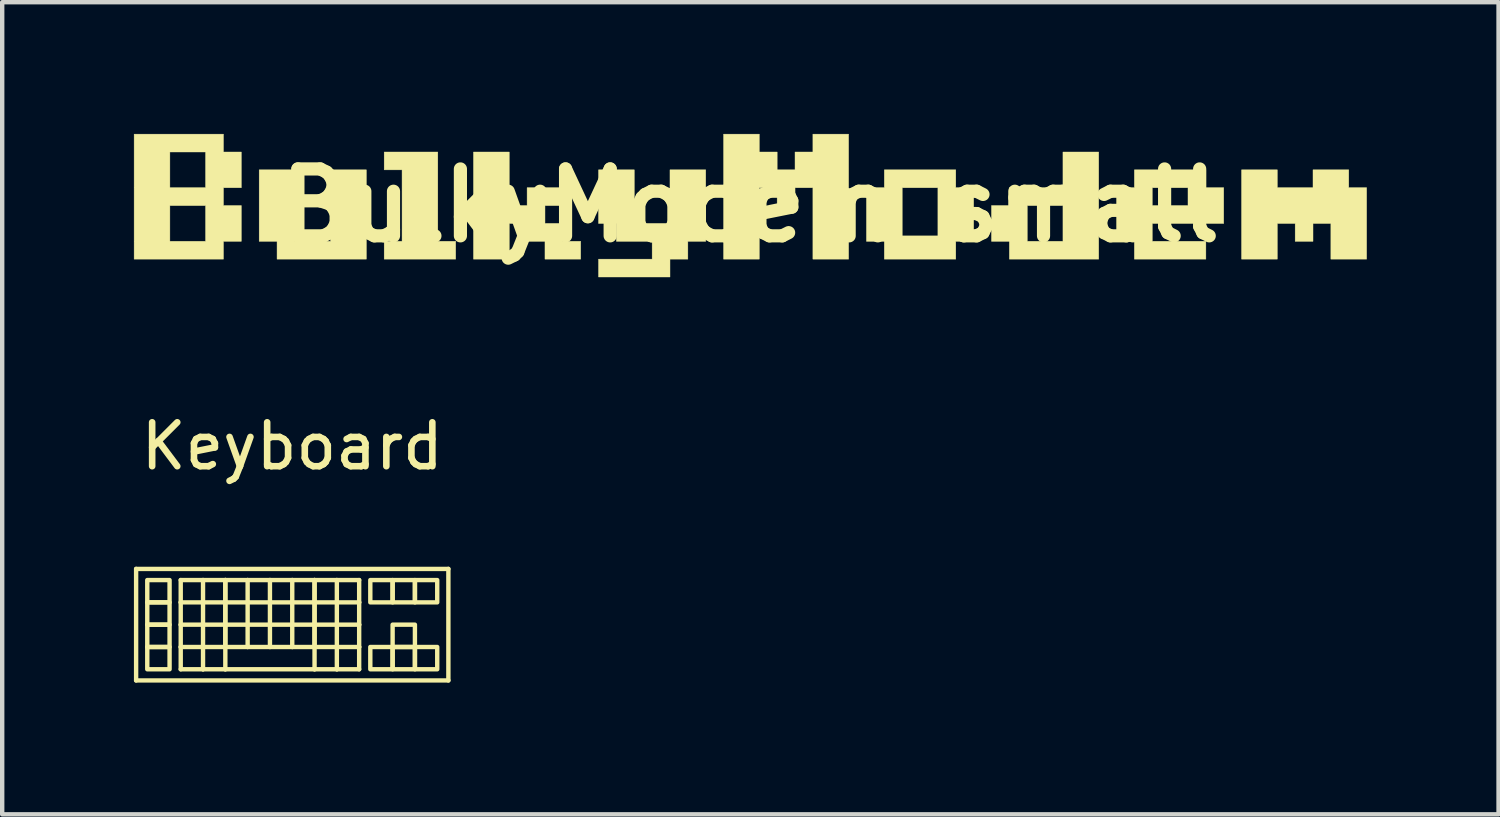
<source format=kicad_pcb>
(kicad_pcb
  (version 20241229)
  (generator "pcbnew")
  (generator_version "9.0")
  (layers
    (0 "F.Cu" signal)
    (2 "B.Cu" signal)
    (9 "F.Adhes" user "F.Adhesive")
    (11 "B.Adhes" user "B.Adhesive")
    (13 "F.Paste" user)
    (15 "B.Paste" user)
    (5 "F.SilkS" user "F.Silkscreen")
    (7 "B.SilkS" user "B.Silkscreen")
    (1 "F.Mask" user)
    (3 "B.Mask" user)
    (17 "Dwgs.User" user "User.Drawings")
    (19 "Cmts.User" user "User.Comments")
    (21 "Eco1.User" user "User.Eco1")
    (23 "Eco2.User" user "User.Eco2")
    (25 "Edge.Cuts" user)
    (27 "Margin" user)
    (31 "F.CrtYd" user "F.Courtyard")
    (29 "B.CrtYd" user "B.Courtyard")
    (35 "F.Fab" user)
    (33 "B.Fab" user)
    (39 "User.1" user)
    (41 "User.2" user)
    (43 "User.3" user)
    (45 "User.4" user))
  (footprint "BulkyModem_small"
    (layer "F.Cu")
    (at 14.04 1.632)
    (property "Reference" "BulkyModem_small" (at 0 0 0) (layer "F.SilkS") (effects (font (size 1.524 1.524) (thickness 0.3))))
    (attr through_hole)
    (fp_poly (pts (xy -10.374 0.814) (xy -9.56 0.814) (xy -9.56 -0.814) (xy -8.746 -0.814) (xy -8.746 1.22) (xy -10.78 1.22) (xy -10.78 0.814) (xy -11.187 0.814) (xy -11.187 -0.814) (xy -10.374 -0.814) (xy -10.374 0.814)) (stroke (width 0.01) (type solid)) (fill yes) (layer "F.SilkS"))
    (fp_poly (pts (xy -7.119 0.814) (xy -6.712 0.814) (xy -6.712 1.22) (xy -8.34 1.22) (xy -8.34 0.814) (xy -7.933 0.814) (xy -7.933 -0.814) (xy -8.34 -0.814) (xy -8.34 -1.22) (xy -7.119 -1.22) (xy -7.119 0.814)) (stroke (width 0.01) (type solid)) (fill yes) (layer "F.SilkS"))
    (fp_poly (pts (xy 7.933 1.22) (xy 5.899 1.22) (xy 5.899 0.814) (xy 5.492 0.814) (xy 5.492 0) (xy 5.899 0) (xy 6.306 0) (xy 6.306 0.814) (xy 7.119 0.814) (xy 7.119 0) (xy 6.306 0) (xy 5.899 0) (xy 5.899 -0.407) (xy 7.119 -0.407) (xy 7.119 -1.22) (xy 7.933 -1.22) (xy 7.933 1.22)) (stroke (width 0.01) (type solid)) (fill yes) (layer "F.SilkS"))
    (fp_poly (pts (xy -2.644 0.407) (xy -1.831 0.407) (xy -1.831 -0.814) (xy -1.017 -0.814) (xy -1.017 0.814) (xy -1.424 0.814) (xy -1.424 1.22) (xy -1.831 1.22) (xy -1.831 1.627) (xy -3.458 1.627) (xy -3.458 1.22) (xy -2.237 1.22) (xy -2.237 0.814) (xy -3.051 0.814) (xy -3.051 0.407) (xy -3.458 0.407) (xy -3.458 -0.814) (xy -2.644 -0.814) (xy -2.644 0.407)) (stroke (width 0.01) (type solid)) (fill yes) (layer "F.SilkS"))
    (fp_poly (pts (xy 4.678 -0.407) (xy 5.085 -0.407) (xy 5.085 0.814) (xy 4.678 0.814) (xy 4.678 1.22) (xy 3.051 1.22) (xy 3.051 0.814) (xy 2.644 0.814) (xy 2.644 -0.407) (xy 3.051 -0.407) (xy 3.458 -0.407) (xy 3.458 0.814) (xy 4.271 0.814) (xy 4.271 -0.407) (xy 3.458 -0.407) (xy 3.051 -0.407) (xy 3.051 -0.814) (xy 4.678 -0.814) (xy 4.678 -0.407)) (stroke (width 0.01) (type solid)) (fill yes) (layer "F.SilkS"))
    (fp_poly (pts (xy 12.001 -0.407) (xy 12.814 -0.407) (xy 12.814 -0.814) (xy 13.628 -0.814) (xy 13.628 -0.407) (xy 14.035 -0.407) (xy 14.035 1.22) (xy 13.221 1.22) (xy 13.221 0.407) (xy 12.814 0.407) (xy 12.814 0.814) (xy 12.408 0.814) (xy 12.408 0.407) (xy 12.001 0.407) (xy 12.001 1.22) (xy 11.187 1.22) (xy 11.187 -0.814) (xy 12.001 -0.814) (xy 12.001 -0.407)) (stroke (width 0.01) (type solid)) (fill yes) (layer "F.SilkS"))
    (fp_poly (pts (xy -5.492 0) (xy -5.085 0) (xy -5.085 -0.407) (xy -4.271 -0.407) (xy -4.271 0) (xy -4.678 0) (xy -4.678 0.407) (xy -4.271 0.407) (xy -4.271 0.814) (xy -3.865 0.814) (xy -3.865 1.22) (xy -4.678 1.22) (xy -4.678 0.814) (xy -5.085 0.814) (xy -5.085 0.407) (xy -5.492 0.407) (xy -5.492 1.22) (xy -6.306 1.22) (xy -6.306 -1.22) (xy -5.492 -1.22) (xy -5.492 0)) (stroke (width 0.01) (type solid)) (fill yes) (layer "F.SilkS"))
    (fp_poly (pts (xy 0.203 -1.22) (xy 0.61 -1.22) (xy 0.61 -0.814) (xy 1.017 -0.814) (xy 1.017 -1.22) (xy 1.424 -1.22) (xy 1.424 -1.627) (xy 2.237 -1.627) (xy 2.237 1.22) (xy 1.424 1.22) (xy 1.424 -0.407) (xy 1.017 -0.407) (xy 1.017 0) (xy 0.61 0) (xy 0.61 -0.407) (xy 0.203 -0.407) (xy 0.203 1.22) (xy -0.61 1.22) (xy -0.61 -1.627) (xy 0.203 -1.627) (xy 0.203 -1.22)) (stroke (width 0.01) (type solid)) (fill yes) (layer "F.SilkS"))
    (fp_poly (pts (xy 10.374 -0.407) (xy 10.78 -0.407) (xy 10.78 0.407) (xy 9.153 0.407) (xy 9.153 0.814) (xy 10.374 0.814) (xy 10.374 1.22) (xy 8.746 1.22) (xy 8.746 0.814) (xy 8.34 0.814) (xy 8.34 -0.407) (xy 8.746 -0.407) (xy 9.153 -0.407) (xy 9.153 0) (xy 9.967 0) (xy 9.967 -0.407) (xy 9.153 -0.407) (xy 8.746 -0.407) (xy 8.746 -0.814) (xy 10.374 -0.814) (xy 10.374 -0.407)) (stroke (width 0.01) (type solid)) (fill yes) (layer "F.SilkS"))
    (fp_poly (pts (xy -12.001 -1.22) (xy -11.594 -1.22) (xy -11.594 -0.407) (xy -12.001 -0.407) (xy -12.001 0) (xy -11.594 0) (xy -11.594 0.814) (xy -12.001 0.814) (xy -12.001 1.22) (xy -14.035 1.22) (xy -14.035 0) (xy -13.221 0) (xy -13.221 0.814) (xy -12.408 0.814) (xy -12.408 0) (xy -13.221 0) (xy -14.035 0) (xy -14.035 -1.22) (xy -13.221 -1.22) (xy -13.221 -0.407) (xy -12.408 -0.407) (xy -12.408 -1.22) (xy -13.221 -1.22) (xy -14.035 -1.22) (xy -14.035 -1.627) (xy -12.001 -1.627) (xy -12.001 -1.22)) (stroke (width 0.01) (type solid)) (fill yes) (layer "F.SilkS")))
  (footprint "Keyboard"
    (layer "F.Cu")
    (at 3.606 11.177)
    (property "Reference" "Keyboard" (at 0 -4.064 0) (layer "F.SilkS") (effects (font (size 1 1) (thickness 0.15))))
    (attr board_only exclude_from_pos_files exclude_from_bom allow_missing_courtyard)
    (fp_line (start -3.556 -1.27) (end 3.556 -1.27) (stroke (width 0.1) (type default)) (layer "F.SilkS"))
    (fp_line (start -3.556 1.27) (end -3.556 -1.27) (stroke (width 0.1) (type default)) (layer "F.SilkS"))
    (fp_line (start -2.54 0) (end -2.54 -0.508) (stroke (width 0.1) (type default)) (layer "F.SilkS"))
    (fp_line (start -2.54 0.508) (end -2.54 1.016) (stroke (width 0.1) (type default)) (layer "F.SilkS"))
    (fp_line (start -2.54 1.016) (end -2.032 1.016) (stroke (width 0.1) (type default)) (layer "F.SilkS"))
    (fp_line (start -2.032 -1.016) (end -1.524 -1.016) (stroke (width 0.1) (type default)) (layer "F.SilkS"))
    (fp_line (start -2.032 -0.508) (end -2.032 -1.016) (stroke (width 0.1) (type default)) (layer "F.SilkS"))
    (fp_line (start -2.032 -0.508) (end -2.032 0) (stroke (width 0.1) (type default)) (layer "F.SilkS"))
    (fp_line (start -2.032 0) (end -1.524 0) (stroke (width 0.1) (type default)) (layer "F.SilkS"))
    (fp_line (start -2.032 0.508) (end -2.032 0) (stroke (width 0.1) (type default)) (layer "F.SilkS"))
    (fp_line (start -2.032 1.016) (end -2.032 0.508) (stroke (width 0.1) (type default)) (layer "F.SilkS"))
    (fp_line (start -2.032 1.016) (end -1.524 1.016) (stroke (width 0.1) (type default)) (layer "F.SilkS"))
    (fp_line (start -1.524 -0.508) (end -2.032 -0.508) (stroke (width 0.1) (type default)) (layer "F.SilkS"))
    (fp_line (start -1.524 -0.508) (end -1.524 -1.016) (stroke (width 0.1) (type default)) (layer "F.SilkS"))
    (fp_line (start -1.524 -0.508) (end -1.524 0) (stroke (width 0.1) (type default)) (layer "F.SilkS"))
    (fp_line (start -1.524 0) (end -1.524 -0.508) (stroke (width 0.1) (type default)) (layer "F.SilkS"))
    (fp_line (start -1.524 0.508) (end -2.032 0.508) (stroke (width 0.1) (type default)) (layer "F.SilkS"))
    (fp_line (start -1.524 0.508) (end -1.524 0) (stroke (width 0.1) (type default)) (layer "F.SilkS"))
    (fp_line (start -1.016 -1.016) (end -0.508 -1.016) (stroke (width 0.1) (type default)) (layer "F.SilkS"))
    (fp_line (start -1.016 -0.508) (end -1.016 -1.016) (stroke (width 0.1) (type default)) (layer "F.SilkS"))
    (fp_line (start -1.016 -0.508) (end -1.016 0) (stroke (width 0.1) (type default)) (layer "F.SilkS"))
    (fp_line (start -1.016 0) (end -0.508 0) (stroke (width 0.1) (type default)) (layer "F.SilkS"))
    (fp_line (start -1.016 0.508) (end -1.016 0) (stroke (width 0.1) (type default)) (layer "F.SilkS"))
    (fp_line (start -0.508 -1.016) (end 0 -1.016) (stroke (width 0.1) (type default)) (layer "F.SilkS"))
    (fp_line (start -0.508 -0.508) (end -1.016 -0.508) (stroke (width 0.1) (type default)) (layer "F.SilkS"))
    (fp_line (start -0.508 -0.508) (end -0.508 -1.016) (stroke (width 0.1) (type default)) (layer "F.SilkS"))
    (fp_line (start -0.508 -0.508) (end -0.508 0) (stroke (width 0.1) (type default)) (layer "F.SilkS"))
    (fp_line (start -0.508 0) (end 0 0) (stroke (width 0.1) (type default)) (layer "F.SilkS"))
    (fp_line (start -0.508 0.508) (end -1.016 0.508) (stroke (width 0.1) (type default)) (layer "F.SilkS"))
    (fp_line (start -0.508 0.508) (end -0.508 0) (stroke (width 0.1) (type default)) (layer "F.SilkS"))
    (fp_line (start 0 -1.016) (end 0 -0.508) (stroke (width 0.1) (type default)) (layer "F.SilkS"))
    (fp_line (start 0 -0.508) (end -0.508 -0.508) (stroke (width 0.1) (type default)) (layer "F.SilkS"))
    (fp_line (start 0 -0.508) (end 0 0) (stroke (width 0.1) (type default)) (layer "F.SilkS"))
    (fp_line (start 0 0) (end 0 0.508) (stroke (width 0.1) (type default)) (layer "F.SilkS"))
    (fp_line (start 0 0.508) (end -0.508 0.508) (stroke (width 0.1) (type default)) (layer "F.SilkS"))
    (fp_line (start 0.508 -0.508) (end 0.508 0) (stroke (width 0.1) (type default)) (layer "F.SilkS"))
    (fp_line (start 0.508 0) (end 0.508 -0.508) (stroke (width 0.1) (type default)) (layer "F.SilkS"))
    (fp_line (start 0.508 1.016) (end 1.016 1.016) (stroke (width 0.1) (type default)) (layer "F.SilkS"))
    (fp_line (start 1.016 -1.016) (end 1.524 -1.016) (stroke (width 0.1) (type default)) (layer "F.SilkS"))
    (fp_line (start 1.016 -0.508) (end 1.016 -1.016) (stroke (width 0.1) (type default)) (layer "F.SilkS"))
    (fp_line (start 1.016 -0.508) (end 1.016 0) (stroke (width 0.1) (type default)) (layer "F.SilkS"))
    (fp_line (start 1.016 0) (end 1.524 0) (stroke (width 0.1) (type default)) (layer "F.SilkS"))
    (fp_line (start 1.016 0.508) (end 1.016 0) (stroke (width 0.1) (type default)) (layer "F.SilkS"))
    (fp_line (start 1.016 1.016) (end 1.016 0.508) (stroke (width 0.1) (type default)) (layer "F.SilkS"))
    (fp_line (start 1.524 -0.508) (end 1.016 -0.508) (stroke (width 0.1) (type default)) (layer "F.SilkS"))
    (fp_line (start 1.524 -0.508) (end 1.524 -1.016) (stroke (width 0.1) (type default)) (layer "F.SilkS"))
    (fp_line (start 1.524 -0.508) (end 1.524 0) (stroke (width 0.1) (type default)) (layer "F.SilkS"))
    (fp_line (start 1.524 0.508) (end 1.016 0.508) (stroke (width 0.1) (type default)) (layer "F.SilkS"))
    (fp_line (start 1.524 0.508) (end 1.524 0) (stroke (width 0.1) (type default)) (layer "F.SilkS"))
    (fp_line (start 1.524 0.508) (end 1.524 1.016) (stroke (width 0.1) (type default)) (layer "F.SilkS"))
    (fp_line (start 1.524 1.016) (end 1.016 1.016) (stroke (width 0.1) (type default)) (layer "F.SilkS"))
    (fp_line (start 3.556 -1.27) (end 3.556 1.27) (stroke (width 0.1) (type default)) (layer "F.SilkS"))
    (fp_line (start 3.556 1.27) (end -3.556 1.27) (stroke (width 0.1) (type default)) (layer "F.SilkS"))
    (fp_rect (start -3.302 -1.016) (end -2.794 -0.508) (stroke (width 0.1) (type default)) (fill no) (layer "F.SilkS"))
    (fp_rect (start -3.302 -0.508) (end -2.794 0) (stroke (width 0.1) (type default)) (fill no) (layer "F.SilkS"))
    (fp_rect (start -3.302 0) (end -2.794 0.508) (stroke (width 0.1) (type default)) (fill no) (layer "F.SilkS"))
    (fp_rect (start -3.302 0.508) (end -2.794 1.016) (stroke (width 0.1) (type default)) (fill no) (layer "F.SilkS"))
    (fp_rect (start -2.54 -1.016) (end -2.54 -0.508) (stroke (width 0.1) (type default)) (fill no) (layer "F.SilkS"))
    (fp_rect (start -2.54 -1.016) (end -2.032 -1.016) (stroke (width 0.1) (type default)) (fill no) (layer "F.SilkS"))
    (fp_rect (start -2.54 -0.508) (end -2.032 -0.508) (stroke (width 0.1) (type default)) (fill no) (layer "F.SilkS"))
    (fp_rect (start -2.54 0) (end -2.54 0.508) (stroke (width 0.1) (type default)) (fill no) (layer "F.SilkS"))
    (fp_rect (start -2.54 0) (end -2.032 0) (stroke (width 0.1) (type default)) (fill no) (layer "F.SilkS"))
    (fp_rect (start -2.54 0.508) (end -2.032 0.508) (stroke (width 0.1) (type default)) (fill no) (layer "F.SilkS"))
    (fp_rect (start -1.524 -1.016) (end -1.524 -0.508) (stroke (width 0.1) (type default)) (fill no) (layer "F.SilkS"))
    (fp_rect (start -1.524 -1.016) (end -1.016 -1.016) (stroke (width 0.1) (type default)) (fill no) (layer "F.SilkS"))
    (fp_rect (start -1.524 -0.508) (end -1.016 -0.508) (stroke (width 0.1) (type default)) (fill no) (layer "F.SilkS"))
    (fp_rect (start -1.524 0) (end -1.524 0.508) (stroke (width 0.1) (type default)) (fill no) (layer "F.SilkS"))
    (fp_rect (start -1.524 0) (end -1.016 0) (stroke (width 0.1) (type default)) (fill no) (layer "F.SilkS"))
    (fp_rect (start -1.524 0.508) (end -1.524 1.016) (stroke (width 0.1) (type default)) (fill no) (layer "F.SilkS"))
    (fp_rect (start -1.524 0.508) (end -1.016 0.508) (stroke (width 0.1) (type default)) (fill no) (layer "F.SilkS"))
    (fp_rect (start -1.524 1.016) (end 0.508 1.016) (stroke (width 0.1) (type default)) (fill no) (layer "F.SilkS"))
    (fp_rect (start 0 -1.016) (end 0.508 -1.016) (stroke (width 0.1) (type default)) (fill no) (layer "F.SilkS"))
    (fp_rect (start 0 -0.508) (end 0.508 -0.508) (stroke (width 0.1) (type default)) (fill no) (layer "F.SilkS"))
    (fp_rect (start 0 0) (end 0.508 0) (stroke (width 0.1) (type default)) (fill no) (layer "F.SilkS"))
    (fp_rect (start 0 0.508) (end 0.508 0.508) (stroke (width 0.1) (type default)) (fill no) (layer "F.SilkS"))
    (fp_rect (start 0.508 -1.016) (end 0.508 -0.508) (stroke (width 0.1) (type default)) (fill no) (layer "F.SilkS"))
    (fp_rect (start 0.508 -1.016) (end 0.508 -0.508) (stroke (width 0.1) (type default)) (fill no) (layer "F.SilkS"))
    (fp_rect (start 0.508 -1.016) (end 1.016 -1.016) (stroke (width 0.1) (type default)) (fill no) (layer "F.SilkS"))
    (fp_rect (start 0.508 -0.508) (end 1.016 -0.508) (stroke (width 0.1) (type default)) (fill no) (layer "F.SilkS"))
    (fp_rect (start 0.508 0) (end 0.508 0.508) (stroke (width 0.1) (type default)) (fill no) (layer "F.SilkS"))
    (fp_rect (start 0.508 0) (end 0.508 0.508) (stroke (width 0.1) (type default)) (fill no) (layer "F.SilkS"))
    (fp_rect (start 0.508 0) (end 1.016 0) (stroke (width 0.1) (type default)) (fill no) (layer "F.SilkS"))
    (fp_rect (start 0.508 0.508) (end 0.508 1.016) (stroke (width 0.1) (type default)) (fill no) (layer "F.SilkS"))
    (fp_rect (start 0.508 0.508) (end 1.016 0.508) (stroke (width 0.1) (type default)) (fill no) (layer "F.SilkS"))
    (fp_rect (start 1.778 -1.016) (end 2.286 -0.508) (stroke (width 0.1) (type default)) (fill no) (layer "F.SilkS"))
    (fp_rect (start 1.778 0.508) (end 2.286 1.016) (stroke (width 0.1) (type default)) (fill no) (layer "F.SilkS"))
    (fp_rect (start 2.286 -1.016) (end 2.794 -0.508) (stroke (width 0.1) (type default)) (fill no) (layer "F.SilkS"))
    (fp_rect (start 2.286 0) (end 2.794 0.508) (stroke (width 0.1) (type default)) (fill no) (layer "F.SilkS"))
    (fp_rect (start 2.286 0.508) (end 2.794 1.016) (stroke (width 0.1) (type default)) (fill no) (layer "F.SilkS"))
    (fp_rect (start 2.794 -1.016) (end 3.302 -0.508) (stroke (width 0.1) (type default)) (fill no) (layer "F.SilkS"))
    (fp_rect (start 2.794 0.508) (end 3.302 1.016) (stroke (width 0.1) (type default)) (fill no) (layer "F.SilkS")))
  (gr_rect
    (start -3 -3)
    (end 31.08 15.497)
    (stroke (width 0.1) (type default))
    (fill no)
    (layer "Edge.Cuts")))
</source>
